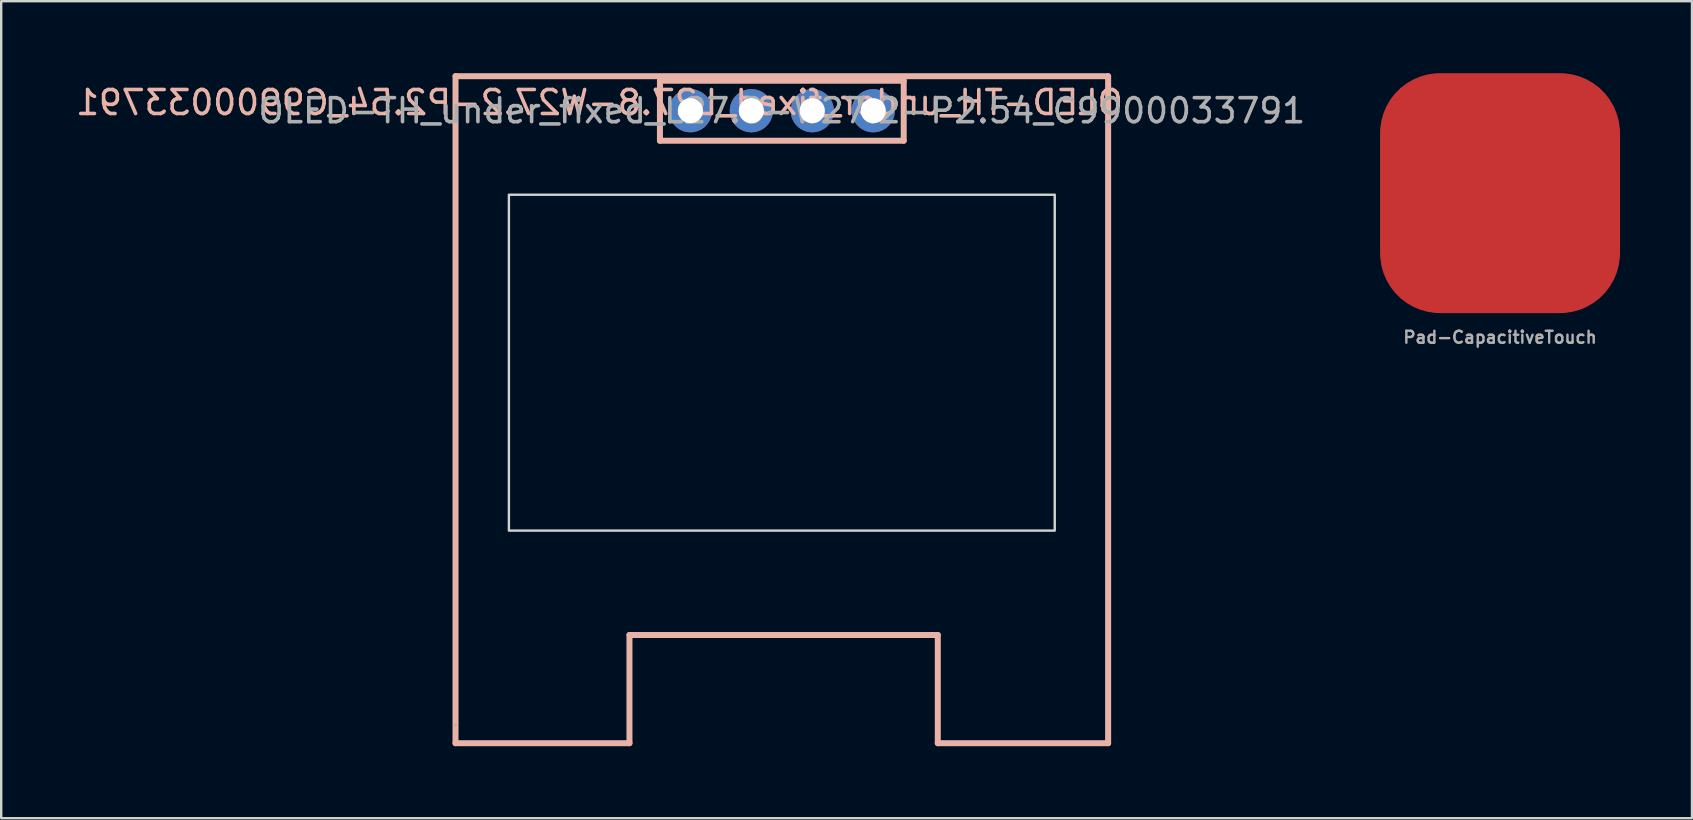
<source format=kicad_pcb>
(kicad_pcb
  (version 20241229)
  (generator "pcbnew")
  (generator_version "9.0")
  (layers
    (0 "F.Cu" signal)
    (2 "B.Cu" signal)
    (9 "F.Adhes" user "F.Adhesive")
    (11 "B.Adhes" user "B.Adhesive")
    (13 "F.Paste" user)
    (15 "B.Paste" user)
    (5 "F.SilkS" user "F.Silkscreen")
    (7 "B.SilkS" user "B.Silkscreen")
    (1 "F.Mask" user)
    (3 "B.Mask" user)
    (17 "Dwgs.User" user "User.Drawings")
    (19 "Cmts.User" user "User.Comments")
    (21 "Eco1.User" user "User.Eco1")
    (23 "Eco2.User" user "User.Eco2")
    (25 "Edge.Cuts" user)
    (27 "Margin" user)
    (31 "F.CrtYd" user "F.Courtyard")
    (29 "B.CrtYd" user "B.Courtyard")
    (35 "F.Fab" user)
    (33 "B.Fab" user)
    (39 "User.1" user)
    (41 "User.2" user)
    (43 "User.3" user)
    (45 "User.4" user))
  (footprint "Pad-CapacitiveTouch"
    (layer "F.Cu")
    (at 59.469 5)
    (property "Reference" "Pad-CapacitiveTouch" (at 0 6.3 0) (layer "F.Fab") (effects (font (size 0.5 0.5) (thickness 0.1) (bold yes)) (justify bottom)))
    (pad "1" smd roundrect (at 0 0) (size 10 10) (layers "F.Cu") (roundrect_rratio 0.25)))
  (footprint "OLED-TH_under_fixed_L27.8-W27.2-P2.54_C9900033791"
    (layer "F.Cu")
    (at 29.535 1.565)
    (property "Reference" "OLED-TH_under_fixed_L27.8-W27.2-P2.54_C9900033791" (at -7.6 -0.34 0) (layer "B.SilkS") (effects (font (size 1 1) (thickness 0.15)) (justify mirror)))
    (attr through_hole)
    (fp_line (start -13.6 -1.44) (end 13.6 -1.44) (stroke (width 0.25) (type solid)) (layer "B.SilkS"))
    (fp_line (start -13.6 26.36) (end -13.6 -1.44) (stroke (width 0.25) (type solid)) (layer "B.SilkS"))
    (fp_line (start -6.35 21.85) (end -6.35 26.36) (stroke (width 0.25) (type solid)) (layer "B.SilkS"))
    (fp_line (start -6.35 26.36) (end -13.6 26.36) (stroke (width 0.25) (type solid)) (layer "B.SilkS"))
    (fp_line (start -5.08 -1.25) (end -5.08 1.25) (stroke (width 0.25) (type solid)) (layer "B.SilkS"))
    (fp_line (start -5.08 -1.25) (end 5.08 -1.25) (stroke (width 0.25) (type solid)) (layer "B.SilkS"))
    (fp_line (start -5.08 1.25) (end 5.08 1.25) (stroke (width 0.25) (type solid)) (layer "B.SilkS"))
    (fp_line (start 5.08 1.25) (end 5.08 -1.25) (stroke (width 0.25) (type solid)) (layer "B.SilkS"))
    (fp_line (start 6.5 21.85) (end -6.35 21.85) (stroke (width 0.25) (type solid)) (layer "B.SilkS"))
    (fp_line (start 6.5 26.36) (end 6.5 21.85) (stroke (width 0.25) (type solid)) (layer "B.SilkS"))
    (fp_line (start 13.6 -1.44) (end 13.6 26.36) (stroke (width 0.25) (type solid)) (layer "B.SilkS"))
    (fp_line (start 13.6 26.36) (end 6.5 26.36) (stroke (width 0.25) (type solid)) (layer "B.SilkS"))
    (fp_rect (start -11.375 3.5) (end 11.375 17.5) (stroke (width 0.1) (type default)) (fill no) (layer "Edge.Cuts"))
    (fp_circle (center -13.6 25.6) (end -13.57 25.6) (stroke (width 0.06) (type solid)) (fill no) (layer "F.Fab"))
    (fp_text user "${REFERENCE}" (at 0 0 0) (layer "F.Fab") (effects (font (size 1 1) (thickness 0.15))))
    (pad "1" thru_hole circle (at -3.81 0) (size 1.8 1.8) (drill 1.05) (layers "*.Cu" "*.Mask"))
    (pad "2" thru_hole circle (at -1.27 0) (size 1.8 1.8) (drill 1.05) (layers "*.Cu" "*.Mask"))
    (pad "3" thru_hole circle (at 1.27 0) (size 1.8 1.8) (drill 1.05) (layers "*.Cu" "*.Mask"))
    (pad "4" thru_hole circle (at 3.81 0) (size 1.8 1.8) (drill 1.05) (layers "*.Cu" "*.Mask")))
  (gr_rect
    (start -3 -3)
    (end 67.469 31.05)
    (stroke (width 0.1) (type default))
    (fill no)
    (layer "Edge.Cuts")))
</source>
